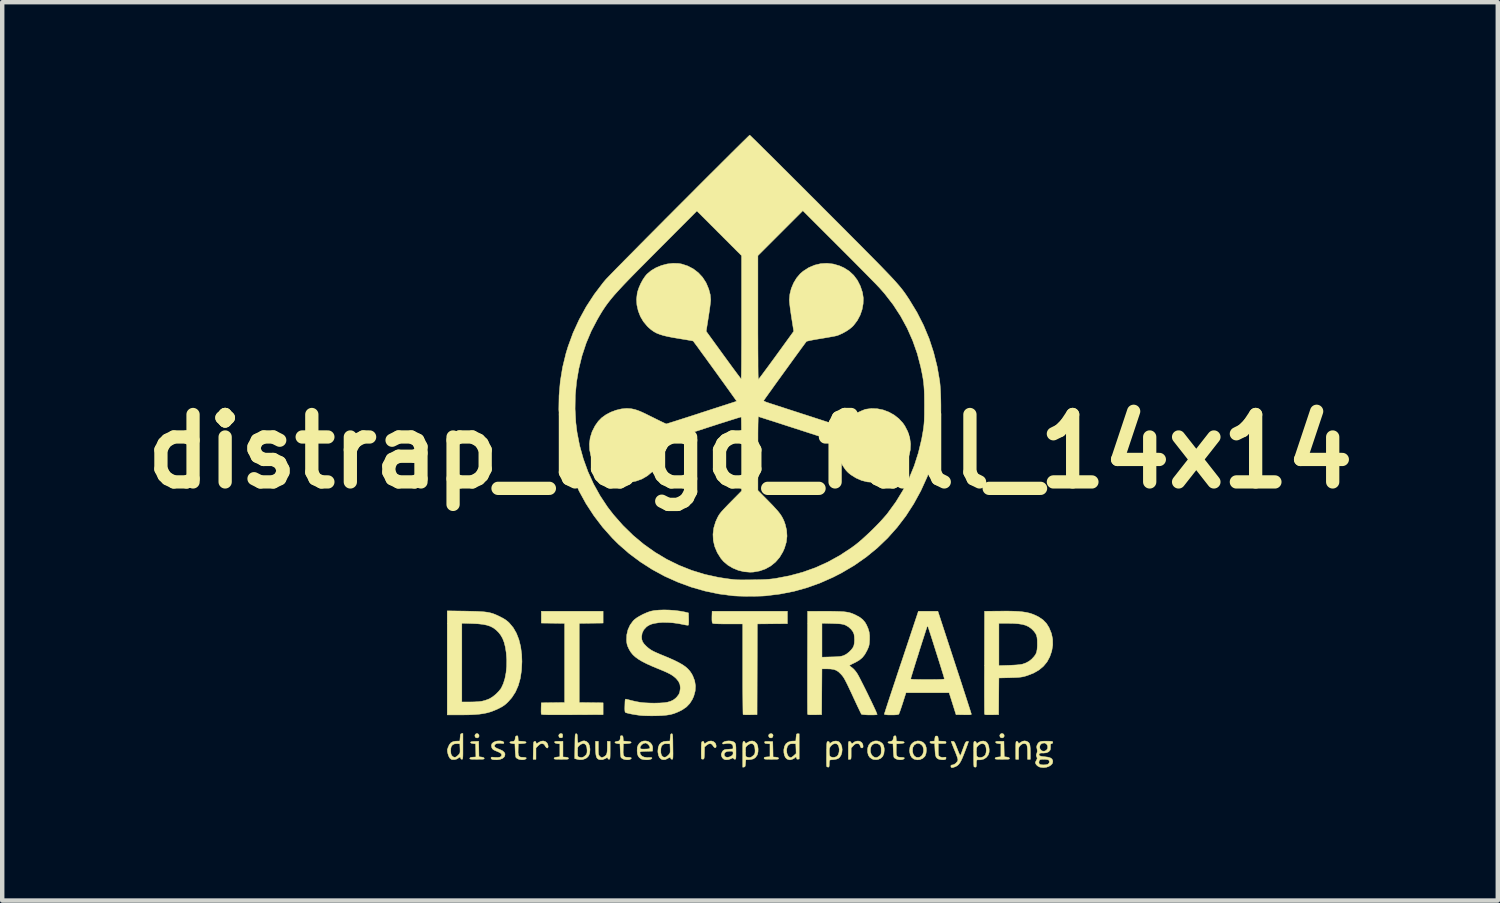
<source format=kicad_pcb>
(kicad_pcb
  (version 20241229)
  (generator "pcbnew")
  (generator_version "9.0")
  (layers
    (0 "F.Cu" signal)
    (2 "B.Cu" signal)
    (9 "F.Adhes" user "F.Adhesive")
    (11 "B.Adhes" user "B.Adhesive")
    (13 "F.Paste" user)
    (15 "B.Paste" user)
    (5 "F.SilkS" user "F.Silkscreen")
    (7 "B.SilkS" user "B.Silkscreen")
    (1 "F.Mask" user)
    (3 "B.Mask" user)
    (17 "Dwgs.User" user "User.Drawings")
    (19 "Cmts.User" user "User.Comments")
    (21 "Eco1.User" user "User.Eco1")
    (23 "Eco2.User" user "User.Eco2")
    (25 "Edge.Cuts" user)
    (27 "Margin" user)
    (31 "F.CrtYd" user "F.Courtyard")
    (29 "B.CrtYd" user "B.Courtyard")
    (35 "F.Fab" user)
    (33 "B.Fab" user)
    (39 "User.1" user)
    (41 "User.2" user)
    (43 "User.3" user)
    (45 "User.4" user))
  (footprint "distrap_logo_full_14x14"
    (layer "F.Cu")
    (at 13.905 7.155)
    (property "Reference" "distrap_logo_full_14x14" (at 0 0 0) (layer "F.SilkS") (effects (font (size 1.524 1.524) (thickness 0.3))))
    (attr through_hole)
    (fp_poly (pts (xy -6.15 6.383) (xy -6.128 6.408) (xy -6.125 6.438) (xy -6.138 6.463) (xy -6.165 6.477) (xy -6.172 6.477) (xy -6.199 6.468) (xy -6.21 6.459) (xy -6.221 6.43) (xy -6.214 6.403) (xy -6.194 6.382) (xy -6.168 6.377) (xy -6.15 6.383)) (stroke (width 0.01) (type solid)) (fill yes) (layer "F.SilkS"))
    (fp_poly (pts (xy -4.27 6.378) (xy -4.246 6.384) (xy -4.237 6.4) (xy -4.235 6.426) (xy -4.238 6.457) (xy -4.25 6.47) (xy -4.27 6.475) (xy -4.302 6.47) (xy -4.318 6.452) (xy -4.325 6.418) (xy -4.312 6.391) (xy -4.283 6.378) (xy -4.27 6.378)) (stroke (width 0.01) (type solid)) (fill yes) (layer "F.SilkS"))
    (fp_poly (pts (xy 0.489 6.381) (xy 0.513 6.393) (xy 0.521 6.419) (xy 0.521 6.425) (xy 0.511 6.458) (xy 0.487 6.476) (xy 0.456 6.475) (xy 0.434 6.462) (xy 0.419 6.433) (xy 0.424 6.405) (xy 0.445 6.385) (xy 0.477 6.379) (xy 0.489 6.381)) (stroke (width 0.01) (type solid)) (fill yes) (layer "F.SilkS"))
    (fp_poly (pts (xy 5.727 6.386) (xy 5.74 6.401) (xy 5.747 6.434) (xy 5.733 6.462) (xy 5.704 6.476) (xy 5.696 6.477) (xy 5.665 6.467) (xy 5.652 6.452) (xy 5.645 6.418) (xy 5.659 6.39) (xy 5.688 6.376) (xy 5.696 6.375) (xy 5.727 6.386)) (stroke (width 0.01) (type solid)) (fill yes) (layer "F.SilkS"))
    (fp_poly (pts (xy -3.321 3.88) (xy -3.591 3.883) (xy -3.861 3.887) (xy -3.861 5.676) (xy -3.321 5.683) (xy -3.321 5.95) (xy -4.017 5.953) (xy -4.171 5.954) (xy -4.303 5.954) (xy -4.412 5.954) (xy -4.501 5.954) (xy -4.572 5.953) (xy -4.627 5.951) (xy -4.667 5.95) (xy -4.695 5.947) (xy -4.711 5.944) (xy -4.718 5.941) (xy -4.719 5.94) (xy -4.721 5.92) (xy -4.723 5.882) (xy -4.722 5.831) (xy -4.722 5.803) (xy -4.718 5.683) (xy -4.191 5.676) (xy -4.191 3.887) (xy -4.455 3.883) (xy -4.718 3.88) (xy -4.718 3.613) (xy -3.321 3.613) (xy -3.321 3.88)) (stroke (width 0.01) (type solid)) (fill yes) (layer "F.SilkS"))
    (fp_poly (pts (xy -4.229 6.907) (xy -4.169 6.911) (xy -4.129 6.916) (xy -4.109 6.927) (xy -4.104 6.937) (xy -4.105 6.946) (xy -4.112 6.953) (xy -4.131 6.957) (xy -4.165 6.959) (xy -4.217 6.959) (xy -4.267 6.96) (xy -4.335 6.959) (xy -4.382 6.958) (xy -4.41 6.956) (xy -4.425 6.951) (xy -4.43 6.944) (xy -4.43 6.937) (xy -4.42 6.922) (xy -4.392 6.913) (xy -4.362 6.909) (xy -4.299 6.902) (xy -4.299 6.61) (xy -4.356 6.604) (xy -4.396 6.596) (xy -4.415 6.583) (xy -4.417 6.575) (xy -4.417 6.564) (xy -4.406 6.557) (xy -4.381 6.554) (xy -4.336 6.553) (xy -4.325 6.553) (xy -4.229 6.553) (xy -4.229 6.907)) (stroke (width 0.01) (type solid)) (fill yes) (layer "F.SilkS"))
    (fp_poly (pts (xy -6.131 6.727) (xy -6.128 6.902) (xy -6.071 6.909) (xy -6.031 6.917) (xy -6.012 6.93) (xy -6.009 6.937) (xy -6.01 6.946) (xy -6.017 6.953) (xy -6.036 6.957) (xy -6.07 6.959) (xy -6.122 6.959) (xy -6.172 6.96) (xy -6.24 6.959) (xy -6.287 6.958) (xy -6.315 6.956) (xy -6.33 6.951) (xy -6.335 6.944) (xy -6.335 6.937) (xy -6.326 6.923) (xy -6.303 6.915) (xy -6.264 6.911) (xy -6.197 6.907) (xy -6.2 6.759) (xy -6.204 6.61) (xy -6.261 6.604) (xy -6.301 6.596) (xy -6.317 6.583) (xy -6.318 6.579) (xy -6.312 6.568) (xy -6.292 6.561) (xy -6.253 6.557) (xy -6.227 6.556) (xy -6.135 6.552) (xy -6.131 6.727)) (stroke (width 0.01) (type solid)) (fill yes) (layer "F.SilkS"))
    (fp_poly (pts (xy 5.743 6.728) (xy 5.747 6.902) (xy 5.804 6.909) (xy 5.843 6.917) (xy 5.862 6.93) (xy 5.865 6.937) (xy 5.865 6.946) (xy 5.857 6.953) (xy 5.839 6.957) (xy 5.805 6.959) (xy 5.753 6.959) (xy 5.702 6.96) (xy 5.634 6.959) (xy 5.588 6.958) (xy 5.559 6.956) (xy 5.544 6.951) (xy 5.539 6.944) (xy 5.54 6.937) (xy 5.55 6.922) (xy 5.577 6.913) (xy 5.607 6.909) (xy 5.671 6.902) (xy 5.671 6.61) (xy 5.614 6.604) (xy 5.574 6.596) (xy 5.555 6.583) (xy 5.552 6.575) (xy 5.553 6.564) (xy 5.564 6.557) (xy 5.589 6.554) (xy 5.634 6.553) (xy 5.644 6.553) (xy 5.74 6.553) (xy 5.743 6.728)) (stroke (width 0.01) (type solid)) (fill yes) (layer "F.SilkS"))
    (fp_poly (pts (xy 0.407 6.555) (xy 0.422 6.556) (xy 0.514 6.56) (xy 0.518 6.733) (xy 0.521 6.907) (xy 0.581 6.911) (xy 0.621 6.917) (xy 0.641 6.927) (xy 0.645 6.937) (xy 0.645 6.946) (xy 0.637 6.953) (xy 0.619 6.957) (xy 0.585 6.959) (xy 0.533 6.959) (xy 0.484 6.96) (xy 0.416 6.959) (xy 0.37 6.958) (xy 0.341 6.956) (xy 0.325 6.951) (xy 0.319 6.944) (xy 0.318 6.935) (xy 0.321 6.92) (xy 0.337 6.912) (xy 0.37 6.907) (xy 0.384 6.906) (xy 0.451 6.902) (xy 0.451 6.61) (xy 0.391 6.606) (xy 0.353 6.602) (xy 0.335 6.594) (xy 0.33 6.579) (xy 0.33 6.577) (xy 0.332 6.564) (xy 0.342 6.557) (xy 0.365 6.555) (xy 0.407 6.555)) (stroke (width 0.01) (type solid)) (fill yes) (layer "F.SilkS"))
    (fp_poly (pts (xy 0.845 3.893) (xy 0.165 3.899) (xy 0.159 5.95) (xy 0.006 5.953) (xy -0.054 5.954) (xy -0.105 5.953) (xy -0.141 5.951) (xy -0.156 5.948) (xy -0.156 5.948) (xy -0.158 5.934) (xy -0.159 5.897) (xy -0.16 5.838) (xy -0.161 5.76) (xy -0.162 5.664) (xy -0.163 5.552) (xy -0.164 5.426) (xy -0.165 5.288) (xy -0.165 5.14) (xy -0.165 4.984) (xy -0.165 4.919) (xy -0.165 3.899) (xy -0.5 3.899) (xy -0.605 3.899) (xy -0.687 3.898) (xy -0.749 3.896) (xy -0.793 3.894) (xy -0.823 3.891) (xy -0.841 3.886) (xy -0.85 3.881) (xy -0.857 3.857) (xy -0.861 3.81) (xy -0.861 3.741) (xy -0.861 3.738) (xy -0.857 3.613) (xy 0.845 3.613) (xy 0.845 3.893)) (stroke (width 0.01) (type solid)) (fill yes) (layer "F.SilkS"))
    (fp_poly (pts (xy -4.629 6.557) (xy -4.591 6.588) (xy -4.572 6.623) (xy -4.563 6.668) (xy -4.569 6.696) (xy -4.584 6.706) (xy -4.605 6.695) (xy -4.629 6.662) (xy -4.631 6.658) (xy -4.651 6.625) (xy -4.675 6.61) (xy -4.696 6.606) (xy -4.725 6.607) (xy -4.751 6.619) (xy -4.783 6.647) (xy -4.789 6.652) (xy -4.839 6.703) (xy -4.839 6.96) (xy -4.903 6.96) (xy -4.899 6.76) (xy -4.898 6.684) (xy -4.896 6.631) (xy -4.894 6.595) (xy -4.89 6.573) (xy -4.884 6.562) (xy -4.876 6.557) (xy -4.867 6.555) (xy -4.845 6.558) (xy -4.839 6.577) (xy -4.839 6.578) (xy -4.833 6.6) (xy -4.814 6.601) (xy -4.781 6.58) (xy -4.779 6.579) (xy -4.728 6.552) (xy -4.676 6.545) (xy -4.629 6.557)) (stroke (width 0.01) (type solid)) (fill yes) (layer "F.SilkS"))
    (fp_poly (pts (xy 2.467 6.549) (xy 2.481 6.553) (xy 2.524 6.578) (xy 2.549 6.621) (xy 2.556 6.661) (xy 2.554 6.689) (xy 2.54 6.701) (xy 2.532 6.703) (xy 2.51 6.699) (xy 2.497 6.676) (xy 2.496 6.671) (xy 2.48 6.63) (xy 2.456 6.61) (xy 2.419 6.604) (xy 2.388 6.609) (xy 2.359 6.628) (xy 2.332 6.655) (xy 2.286 6.706) (xy 2.286 6.833) (xy 2.286 6.89) (xy 2.284 6.927) (xy 2.281 6.948) (xy 2.274 6.957) (xy 2.262 6.96) (xy 2.254 6.96) (xy 2.223 6.96) (xy 2.223 6.756) (xy 2.223 6.68) (xy 2.223 6.626) (xy 2.225 6.59) (xy 2.228 6.568) (xy 2.234 6.558) (xy 2.241 6.554) (xy 2.249 6.553) (xy 2.274 6.564) (xy 2.282 6.579) (xy 2.297 6.601) (xy 2.319 6.6) (xy 2.336 6.586) (xy 2.371 6.561) (xy 2.418 6.548) (xy 2.467 6.549)) (stroke (width 0.01) (type solid)) (fill yes) (layer "F.SilkS"))
    (fp_poly (pts (xy -3.429 6.706) (xy -3.429 6.771) (xy -3.427 6.816) (xy -3.424 6.846) (xy -3.417 6.865) (xy -3.407 6.88) (xy -3.398 6.89) (xy -3.37 6.914) (xy -3.346 6.92) (xy -3.315 6.909) (xy -3.303 6.903) (xy -3.271 6.883) (xy -3.249 6.857) (xy -3.235 6.821) (xy -3.228 6.771) (xy -3.226 6.701) (xy -3.226 6.687) (xy -3.226 6.553) (xy -3.162 6.553) (xy -3.162 6.756) (xy -3.162 6.832) (xy -3.163 6.887) (xy -3.165 6.923) (xy -3.168 6.944) (xy -3.174 6.955) (xy -3.181 6.959) (xy -3.188 6.96) (xy -3.208 6.952) (xy -3.213 6.941) (xy -3.218 6.925) (xy -3.236 6.925) (xy -3.27 6.941) (xy -3.279 6.947) (xy -3.338 6.969) (xy -3.401 6.967) (xy -3.426 6.959) (xy -3.452 6.941) (xy -3.471 6.91) (xy -3.483 6.862) (xy -3.49 6.795) (xy -3.493 6.706) (xy -3.493 6.553) (xy -3.429 6.553) (xy -3.429 6.706)) (stroke (width 0.01) (type solid)) (fill yes) (layer "F.SilkS"))
    (fp_poly (pts (xy 6.257 6.553) (xy 6.298 6.579) (xy 6.32 6.612) (xy 6.329 6.652) (xy 6.335 6.716) (xy 6.337 6.804) (xy 6.337 6.807) (xy 6.337 6.96) (xy 6.274 6.96) (xy 6.274 6.81) (xy 6.272 6.732) (xy 6.267 6.676) (xy 6.258 6.639) (xy 6.241 6.616) (xy 6.218 6.606) (xy 6.193 6.604) (xy 6.155 6.612) (xy 6.119 6.638) (xy 6.111 6.646) (xy 6.093 6.665) (xy 6.082 6.682) (xy 6.075 6.704) (xy 6.072 6.735) (xy 6.071 6.782) (xy 6.071 6.824) (xy 6.071 6.96) (xy 6.007 6.96) (xy 6.007 6.756) (xy 6.007 6.68) (xy 6.008 6.626) (xy 6.01 6.59) (xy 6.013 6.568) (xy 6.018 6.557) (xy 6.026 6.554) (xy 6.032 6.553) (xy 6.053 6.561) (xy 6.058 6.572) (xy 6.066 6.594) (xy 6.086 6.597) (xy 6.113 6.58) (xy 6.113 6.58) (xy 6.159 6.552) (xy 6.209 6.543) (xy 6.257 6.553)) (stroke (width 0.01) (type solid)) (fill yes) (layer "F.SilkS"))
    (fp_poly (pts (xy -0.831 6.557) (xy -0.792 6.587) (xy -0.775 6.615) (xy -0.765 6.657) (xy -0.769 6.686) (xy -0.784 6.699) (xy -0.805 6.693) (xy -0.829 6.666) (xy -0.835 6.655) (xy -0.864 6.618) (xy -0.9 6.604) (xy -0.943 6.615) (xy -0.983 6.642) (xy -1.028 6.682) (xy -1.031 6.818) (xy -1.033 6.878) (xy -1.036 6.917) (xy -1.04 6.94) (xy -1.047 6.952) (xy -1.058 6.956) (xy -1.064 6.957) (xy -1.089 6.954) (xy -1.099 6.944) (xy -1.101 6.926) (xy -1.102 6.887) (xy -1.103 6.833) (xy -1.103 6.769) (xy -1.102 6.743) (xy -1.101 6.671) (xy -1.099 6.621) (xy -1.096 6.589) (xy -1.092 6.57) (xy -1.085 6.56) (xy -1.075 6.556) (xy -1.07 6.555) (xy -1.048 6.558) (xy -1.041 6.577) (xy -1.041 6.578) (xy -1.035 6.6) (xy -1.016 6.601) (xy -0.984 6.58) (xy -0.982 6.579) (xy -0.932 6.552) (xy -0.879 6.545) (xy -0.831 6.557)) (stroke (width 0.01) (type solid)) (fill yes) (layer "F.SilkS"))
    (fp_poly (pts (xy 3.852 6.549) (xy 3.909 6.575) (xy 3.955 6.623) (xy 3.966 6.643) (xy 3.983 6.696) (xy 3.987 6.759) (xy 3.979 6.824) (xy 3.96 6.879) (xy 3.951 6.895) (xy 3.905 6.938) (xy 3.846 6.965) (xy 3.781 6.972) (xy 3.715 6.958) (xy 3.698 6.951) (xy 3.654 6.915) (xy 3.623 6.861) (xy 3.608 6.792) (xy 3.607 6.763) (xy 3.608 6.755) (xy 3.672 6.755) (xy 3.673 6.777) (xy 3.687 6.84) (xy 3.716 6.886) (xy 3.756 6.913) (xy 3.806 6.918) (xy 3.841 6.909) (xy 3.879 6.882) (xy 3.907 6.838) (xy 3.921 6.784) (xy 3.922 6.726) (xy 3.907 6.671) (xy 3.904 6.666) (xy 3.878 6.634) (xy 3.841 6.609) (xy 3.841 6.609) (xy 3.807 6.598) (xy 3.779 6.6) (xy 3.754 6.609) (xy 3.708 6.641) (xy 3.681 6.69) (xy 3.672 6.755) (xy 3.608 6.755) (xy 3.616 6.684) (xy 3.643 6.623) (xy 3.689 6.579) (xy 3.717 6.563) (xy 3.787 6.544) (xy 3.852 6.549)) (stroke (width 0.01) (type solid)) (fill yes) (layer "F.SilkS"))
    (fp_poly (pts (xy 2.941 6.565) (xy 2.988 6.597) (xy 3.019 6.645) (xy 3.033 6.71) (xy 3.035 6.752) (xy 3.026 6.832) (xy 2.999 6.894) (xy 2.955 6.938) (xy 2.894 6.963) (xy 2.862 6.968) (xy 2.8 6.966) (xy 2.757 6.951) (xy 2.707 6.915) (xy 2.675 6.868) (xy 2.659 6.804) (xy 2.657 6.783) (xy 2.659 6.735) (xy 2.72 6.735) (xy 2.723 6.795) (xy 2.742 6.849) (xy 2.774 6.89) (xy 2.818 6.916) (xy 2.854 6.921) (xy 2.881 6.913) (xy 2.914 6.893) (xy 2.924 6.884) (xy 2.946 6.863) (xy 2.958 6.843) (xy 2.964 6.816) (xy 2.965 6.775) (xy 2.965 6.758) (xy 2.964 6.708) (xy 2.959 6.676) (xy 2.948 6.653) (xy 2.936 6.638) (xy 2.893 6.608) (xy 2.844 6.599) (xy 2.797 6.61) (xy 2.757 6.64) (xy 2.736 6.673) (xy 2.72 6.735) (xy 2.659 6.735) (xy 2.661 6.703) (xy 2.684 6.638) (xy 2.726 6.588) (xy 2.761 6.567) (xy 2.822 6.545) (xy 2.88 6.545) (xy 2.941 6.565)) (stroke (width 0.01) (type solid)) (fill yes) (layer "F.SilkS"))
    (fp_poly (pts (xy -5.599 6.552) (xy -5.571 6.568) (xy -5.563 6.586) (xy -5.566 6.598) (xy -5.58 6.603) (xy -5.61 6.602) (xy -5.636 6.599) (xy -5.699 6.598) (xy -5.745 6.61) (xy -5.771 6.633) (xy -5.776 6.646) (xy -5.775 6.67) (xy -5.758 6.691) (xy -5.724 6.711) (xy -5.669 6.733) (xy -5.601 6.763) (xy -5.558 6.799) (xy -5.538 6.838) (xy -5.544 6.881) (xy -5.558 6.907) (xy -5.595 6.94) (xy -5.65 6.961) (xy -5.719 6.971) (xy -5.796 6.968) (xy -5.826 6.963) (xy -5.85 6.949) (xy -5.855 6.932) (xy -5.853 6.919) (xy -5.843 6.912) (xy -5.821 6.911) (xy -5.78 6.915) (xy -5.772 6.916) (xy -5.701 6.918) (xy -5.651 6.91) (xy -5.622 6.89) (xy -5.616 6.86) (xy -5.62 6.841) (xy -5.632 6.826) (xy -5.655 6.81) (xy -5.694 6.791) (xy -5.752 6.767) (xy -5.796 6.746) (xy -5.823 6.723) (xy -5.837 6.698) (xy -5.847 6.648) (xy -5.834 6.606) (xy -5.799 6.574) (xy -5.744 6.552) (xy -5.7 6.545) (xy -5.644 6.544) (xy -5.599 6.552)) (stroke (width 0.01) (type solid)) (fill yes) (layer "F.SilkS"))
    (fp_poly (pts (xy -5.257 6.429) (xy -5.248 6.44) (xy -5.244 6.469) (xy -5.243 6.486) (xy -5.239 6.547) (xy -5.15 6.553) (xy -5.101 6.558) (xy -5.073 6.565) (xy -5.062 6.575) (xy -5.061 6.579) (xy -5.067 6.59) (xy -5.09 6.597) (xy -5.132 6.603) (xy -5.15 6.604) (xy -5.239 6.61) (xy -5.242 6.738) (xy -5.243 6.809) (xy -5.237 6.858) (xy -5.223 6.889) (xy -5.198 6.907) (xy -5.161 6.914) (xy -5.131 6.915) (xy -5.083 6.918) (xy -5.059 6.927) (xy -5.06 6.942) (xy -5.073 6.954) (xy -5.108 6.968) (xy -5.156 6.971) (xy -5.208 6.965) (xy -5.24 6.954) (xy -5.271 6.937) (xy -5.291 6.92) (xy -5.291 6.92) (xy -5.296 6.901) (xy -5.301 6.862) (xy -5.306 6.81) (xy -5.309 6.756) (xy -5.315 6.61) (xy -5.372 6.604) (xy -5.413 6.595) (xy -5.431 6.582) (xy -5.425 6.568) (xy -5.396 6.558) (xy -5.375 6.556) (xy -5.344 6.552) (xy -5.325 6.541) (xy -5.314 6.519) (xy -5.307 6.479) (xy -5.306 6.464) (xy -5.294 6.437) (xy -5.274 6.429) (xy -5.257 6.429)) (stroke (width 0.01) (type solid)) (fill yes) (layer "F.SilkS"))
    (fp_poly (pts (xy 3.29 6.429) (xy 3.299 6.44) (xy 3.303 6.469) (xy 3.304 6.486) (xy 3.308 6.547) (xy 3.397 6.553) (xy 3.447 6.558) (xy 3.475 6.565) (xy 3.486 6.575) (xy 3.486 6.579) (xy 3.48 6.59) (xy 3.457 6.597) (xy 3.415 6.603) (xy 3.397 6.604) (xy 3.308 6.61) (xy 3.305 6.738) (xy 3.305 6.809) (xy 3.31 6.858) (xy 3.324 6.889) (xy 3.349 6.907) (xy 3.386 6.914) (xy 3.416 6.915) (xy 3.464 6.918) (xy 3.488 6.927) (xy 3.487 6.942) (xy 3.474 6.954) (xy 3.439 6.968) (xy 3.391 6.971) (xy 3.339 6.965) (xy 3.307 6.954) (xy 3.276 6.937) (xy 3.256 6.92) (xy 3.256 6.92) (xy 3.251 6.901) (xy 3.246 6.862) (xy 3.242 6.81) (xy 3.239 6.756) (xy 3.232 6.61) (xy 3.175 6.604) (xy 3.136 6.595) (xy 3.117 6.582) (xy 3.121 6.568) (xy 3.147 6.558) (xy 3.165 6.556) (xy 3.205 6.547) (xy 3.228 6.527) (xy 3.239 6.49) (xy 3.241 6.477) (xy 3.248 6.445) (xy 3.264 6.431) (xy 3.273 6.429) (xy 3.29 6.429)) (stroke (width 0.01) (type solid)) (fill yes) (layer "F.SilkS"))
    (fp_poly (pts (xy -2.884 6.429) (xy -2.874 6.441) (xy -2.869 6.47) (xy -2.868 6.487) (xy -2.864 6.547) (xy -2.775 6.553) (xy -2.726 6.558) (xy -2.698 6.565) (xy -2.687 6.575) (xy -2.686 6.579) (xy -2.693 6.59) (xy -2.715 6.597) (xy -2.757 6.603) (xy -2.775 6.604) (xy -2.864 6.61) (xy -2.867 6.738) (xy -2.868 6.809) (xy -2.862 6.858) (xy -2.848 6.889) (xy -2.824 6.907) (xy -2.786 6.914) (xy -2.756 6.915) (xy -2.708 6.918) (xy -2.685 6.927) (xy -2.685 6.942) (xy -2.698 6.954) (xy -2.733 6.968) (xy -2.781 6.971) (xy -2.833 6.965) (xy -2.866 6.954) (xy -2.896 6.937) (xy -2.916 6.92) (xy -2.916 6.92) (xy -2.921 6.901) (xy -2.926 6.862) (xy -2.931 6.81) (xy -2.934 6.756) (xy -2.94 6.61) (xy -2.997 6.604) (xy -3.036 6.595) (xy -3.055 6.582) (xy -3.052 6.568) (xy -3.026 6.558) (xy -3.01 6.555) (xy -2.966 6.546) (xy -2.943 6.526) (xy -2.934 6.49) (xy -2.934 6.475) (xy -2.932 6.443) (xy -2.923 6.429) (xy -2.903 6.426) (xy -2.903 6.426) (xy -2.884 6.429)) (stroke (width 0.01) (type solid)) (fill yes) (layer "F.SilkS"))
    (fp_poly (pts (xy 1.111 6.953) (xy 1.083 6.957) (xy 1.06 6.955) (xy 1.054 6.935) (xy 1.054 6.935) (xy 1.046 6.914) (xy 1.035 6.909) (xy 1.018 6.915) (xy 1.016 6.92) (xy 1.005 6.933) (xy 0.978 6.949) (xy 0.944 6.963) (xy 0.911 6.971) (xy 0.9 6.972) (xy 0.866 6.965) (xy 0.836 6.953) (xy 0.802 6.921) (xy 0.778 6.87) (xy 0.765 6.806) (xy 0.765 6.788) (xy 0.828 6.788) (xy 0.84 6.841) (xy 0.862 6.885) (xy 0.894 6.913) (xy 0.924 6.921) (xy 0.942 6.913) (xy 0.97 6.893) (xy 0.991 6.875) (xy 1.042 6.829) (xy 1.039 6.72) (xy 1.035 6.61) (xy 0.975 6.606) (xy 0.918 6.609) (xy 0.878 6.626) (xy 0.85 6.66) (xy 0.843 6.674) (xy 0.829 6.731) (xy 0.828 6.788) (xy 0.765 6.788) (xy 0.764 6.744) (xy 0.779 6.668) (xy 0.811 6.61) (xy 0.861 6.571) (xy 0.927 6.551) (xy 0.96 6.548) (xy 1.035 6.546) (xy 1.041 6.464) (xy 1.046 6.42) (xy 1.051 6.395) (xy 1.06 6.384) (xy 1.076 6.382) (xy 1.079 6.382) (xy 1.111 6.382) (xy 1.111 6.953)) (stroke (width 0.01) (type solid)) (fill yes) (layer "F.SilkS"))
    (fp_poly (pts (xy 4.236 6.435) (xy 4.247 6.449) (xy 4.253 6.479) (xy 4.255 6.49) (xy 4.261 6.547) (xy 4.347 6.551) (xy 4.392 6.553) (xy 4.418 6.558) (xy 4.43 6.567) (xy 4.432 6.579) (xy 4.43 6.592) (xy 4.419 6.6) (xy 4.393 6.603) (xy 4.348 6.604) (xy 4.343 6.604) (xy 4.255 6.604) (xy 4.255 6.734) (xy 4.256 6.79) (xy 4.258 6.837) (xy 4.261 6.869) (xy 4.264 6.878) (xy 4.296 6.904) (xy 4.342 6.917) (xy 4.382 6.915) (xy 4.415 6.911) (xy 4.429 6.916) (xy 4.432 6.931) (xy 4.432 6.932) (xy 4.423 6.956) (xy 4.412 6.965) (xy 4.372 6.971) (xy 4.321 6.969) (xy 4.272 6.959) (xy 4.259 6.954) (xy 4.23 6.937) (xy 4.209 6.914) (xy 4.196 6.88) (xy 4.187 6.831) (xy 4.182 6.762) (xy 4.181 6.741) (xy 4.175 6.605) (xy 4.123 6.601) (xy 4.085 6.595) (xy 4.068 6.581) (xy 4.067 6.576) (xy 4.069 6.562) (xy 4.088 6.554) (xy 4.117 6.551) (xy 4.172 6.547) (xy 4.178 6.49) (xy 4.184 6.454) (xy 4.193 6.437) (xy 4.21 6.433) (xy 4.216 6.433) (xy 4.236 6.435)) (stroke (width 0.01) (type solid)) (fill yes) (layer "F.SilkS"))
    (fp_poly (pts (xy -2.3 6.558) (xy -2.255 6.585) (xy -2.22 6.626) (xy -2.201 6.678) (xy -2.2 6.718) (xy -2.203 6.775) (xy -2.346 6.779) (xy -2.412 6.781) (xy -2.455 6.785) (xy -2.48 6.792) (xy -2.489 6.804) (xy -2.486 6.824) (xy -2.475 6.85) (xy -2.445 6.887) (xy -2.395 6.91) (xy -2.328 6.92) (xy -2.294 6.919) (xy -2.25 6.918) (xy -2.226 6.921) (xy -2.217 6.93) (xy -2.216 6.934) (xy -2.228 6.95) (xy -2.258 6.962) (xy -2.301 6.97) (xy -2.351 6.971) (xy -2.401 6.967) (xy -2.446 6.957) (xy -2.464 6.95) (xy -2.503 6.921) (xy -2.53 6.883) (xy -2.546 6.834) (xy -2.552 6.771) (xy -2.549 6.708) (xy -2.546 6.696) (xy -2.485 6.696) (xy -2.482 6.715) (xy -2.463 6.725) (xy -2.425 6.729) (xy -2.371 6.728) (xy -2.319 6.726) (xy -2.288 6.722) (xy -2.272 6.716) (xy -2.265 6.705) (xy -2.263 6.696) (xy -2.27 6.667) (xy -2.292 6.635) (xy -2.322 6.607) (xy -2.354 6.592) (xy -2.362 6.591) (xy -2.409 6.602) (xy -2.45 6.63) (xy -2.476 6.666) (xy -2.485 6.696) (xy -2.546 6.696) (xy -2.537 6.654) (xy -2.535 6.65) (xy -2.502 6.598) (xy -2.458 6.564) (xy -2.406 6.546) (xy -2.352 6.545) (xy -2.3 6.558)) (stroke (width 0.01) (type solid)) (fill yes) (layer "F.SilkS"))
    (fp_poly (pts (xy -6.49 6.667) (xy -6.49 6.76) (xy -6.49 6.831) (xy -6.491 6.883) (xy -6.493 6.919) (xy -6.496 6.941) (xy -6.5 6.953) (xy -6.506 6.959) (xy -6.514 6.96) (xy -6.515 6.96) (xy -6.536 6.951) (xy -6.54 6.934) (xy -6.547 6.913) (xy -6.567 6.912) (xy -6.596 6.933) (xy -6.599 6.935) (xy -6.636 6.956) (xy -6.684 6.967) (xy -6.732 6.966) (xy -6.751 6.961) (xy -6.786 6.934) (xy -6.814 6.884) (xy -6.832 6.825) (xy -6.841 6.781) (xy -6.841 6.746) (xy -6.838 6.735) (xy -6.767 6.735) (xy -6.766 6.786) (xy -6.761 6.832) (xy -6.751 6.862) (xy -6.733 6.885) (xy -6.726 6.892) (xy -6.693 6.913) (xy -6.66 6.913) (xy -6.625 6.892) (xy -6.594 6.863) (xy -6.573 6.84) (xy -6.561 6.821) (xy -6.556 6.797) (xy -6.555 6.761) (xy -6.556 6.715) (xy -6.56 6.61) (xy -6.619 6.606) (xy -6.681 6.611) (xy -6.726 6.633) (xy -6.755 6.674) (xy -6.767 6.735) (xy -6.838 6.735) (xy -6.83 6.705) (xy -6.828 6.698) (xy -6.799 6.632) (xy -6.762 6.587) (xy -6.713 6.56) (xy -6.649 6.549) (xy -6.633 6.549) (xy -6.56 6.547) (xy -6.553 6.464) (xy -6.549 6.419) (xy -6.543 6.394) (xy -6.533 6.382) (xy -6.518 6.378) (xy -6.49 6.374) (xy -6.49 6.667)) (stroke (width 0.01) (type solid)) (fill yes) (layer "F.SilkS"))
    (fp_poly (pts (xy 0.104 6.561) (xy 0.146 6.599) (xy 0.157 6.615) (xy 0.175 6.664) (xy 0.183 6.726) (xy 0.181 6.79) (xy 0.169 6.847) (xy 0.158 6.87) (xy 0.121 6.92) (xy 0.077 6.95) (xy 0.019 6.964) (xy -0.016 6.967) (xy -0.095 6.969) (xy -0.102 7.05) (xy -0.106 7.094) (xy -0.112 7.12) (xy -0.123 7.131) (xy -0.137 7.135) (xy -0.165 7.139) (xy -0.165 6.846) (xy -0.165 6.79) (xy -0.102 6.79) (xy -0.102 6.79) (xy -0.101 6.842) (xy -0.099 6.875) (xy -0.093 6.894) (xy -0.082 6.904) (xy -0.073 6.908) (xy -0.019 6.921) (xy 0.029 6.91) (xy 0.071 6.878) (xy 0.095 6.853) (xy 0.108 6.829) (xy 0.113 6.799) (xy 0.114 6.753) (xy 0.114 6.753) (xy 0.107 6.685) (xy 0.088 6.637) (xy 0.058 6.609) (xy 0.019 6.603) (xy -0.026 6.621) (xy -0.057 6.643) (xy -0.079 6.663) (xy -0.092 6.681) (xy -0.099 6.703) (xy -0.101 6.737) (xy -0.102 6.79) (xy -0.165 6.79) (xy -0.165 6.753) (xy -0.165 6.682) (xy -0.164 6.63) (xy -0.162 6.594) (xy -0.159 6.572) (xy -0.154 6.559) (xy -0.148 6.554) (xy -0.14 6.553) (xy -0.14 6.553) (xy -0.119 6.561) (xy -0.114 6.572) (xy -0.107 6.594) (xy -0.086 6.596) (xy -0.056 6.58) (xy -0.002 6.551) (xy 0.053 6.545) (xy 0.104 6.561)) (stroke (width 0.01) (type solid)) (fill yes) (layer "F.SilkS"))
    (fp_poly (pts (xy 4.598 6.554) (xy 4.61 6.56) (xy 4.622 6.575) (xy 4.636 6.602) (xy 4.654 6.645) (xy 4.678 6.708) (xy 4.68 6.712) (xy 4.703 6.77) (xy 4.723 6.819) (xy 4.739 6.854) (xy 4.749 6.87) (xy 4.75 6.871) (xy 4.755 6.869) (xy 4.761 6.861) (xy 4.769 6.844) (xy 4.78 6.815) (xy 4.797 6.77) (xy 4.82 6.707) (xy 4.837 6.661) (xy 4.856 6.611) (xy 4.871 6.58) (xy 4.885 6.563) (xy 4.901 6.557) (xy 4.907 6.556) (xy 4.931 6.555) (xy 4.94 6.559) (xy 4.936 6.573) (xy 4.924 6.606) (xy 4.906 6.655) (xy 4.884 6.714) (xy 4.87 6.751) (xy 4.831 6.852) (xy 4.799 6.931) (xy 4.77 6.993) (xy 4.744 7.039) (xy 4.718 7.073) (xy 4.691 7.099) (xy 4.66 7.118) (xy 4.633 7.13) (xy 4.588 7.146) (xy 4.56 7.148) (xy 4.544 7.136) (xy 4.542 7.13) (xy 4.54 7.103) (xy 4.559 7.088) (xy 4.577 7.087) (xy 4.614 7.076) (xy 4.653 7.049) (xy 4.685 7.011) (xy 4.692 7) (xy 4.697 6.986) (xy 4.699 6.97) (xy 4.696 6.949) (xy 4.687 6.918) (xy 4.672 6.874) (xy 4.648 6.812) (xy 4.628 6.763) (xy 4.601 6.697) (xy 4.578 6.639) (xy 4.561 6.594) (xy 4.55 6.565) (xy 4.547 6.557) (xy 4.558 6.554) (xy 4.583 6.553) (xy 4.598 6.554)) (stroke (width 0.01) (type solid)) (fill yes) (layer "F.SilkS"))
    (fp_poly (pts (xy -3.918 6.384) (xy -3.91 6.394) (xy -3.905 6.417) (xy -3.903 6.458) (xy -3.902 6.487) (xy -3.899 6.535) (xy -3.895 6.571) (xy -3.89 6.59) (xy -3.888 6.591) (xy -3.872 6.586) (xy -3.843 6.573) (xy -3.829 6.566) (xy -3.783 6.546) (xy -3.746 6.542) (xy -3.707 6.554) (xy -3.694 6.56) (xy -3.655 6.595) (xy -3.63 6.65) (xy -3.618 6.724) (xy -3.618 6.745) (xy -3.625 6.822) (xy -3.648 6.881) (xy -3.689 6.925) (xy -3.721 6.944) (xy -3.784 6.966) (xy -3.852 6.969) (xy -3.915 6.957) (xy -3.963 6.944) (xy -3.961 6.79) (xy -3.899 6.79) (xy -3.899 6.79) (xy -3.898 6.842) (xy -3.896 6.875) (xy -3.89 6.894) (xy -3.88 6.904) (xy -3.87 6.908) (xy -3.816 6.921) (xy -3.768 6.91) (xy -3.726 6.878) (xy -3.702 6.853) (xy -3.69 6.829) (xy -3.684 6.799) (xy -3.683 6.753) (xy -3.683 6.753) (xy -3.69 6.685) (xy -3.709 6.637) (xy -3.74 6.609) (xy -3.778 6.603) (xy -3.824 6.621) (xy -3.854 6.643) (xy -3.876 6.663) (xy -3.889 6.681) (xy -3.896 6.703) (xy -3.899 6.737) (xy -3.899 6.79) (xy -3.961 6.79) (xy -3.959 6.663) (xy -3.958 6.572) (xy -3.957 6.502) (xy -3.955 6.453) (xy -3.953 6.419) (xy -3.949 6.398) (xy -3.944 6.387) (xy -3.938 6.382) (xy -3.931 6.382) (xy -3.918 6.384)) (stroke (width 0.01) (type solid)) (fill yes) (layer "F.SilkS"))
    (fp_poly (pts (xy -1.763 6.383) (xy -1.757 6.388) (xy -1.753 6.4) (xy -1.749 6.422) (xy -1.747 6.457) (xy -1.745 6.509) (xy -1.744 6.579) (xy -1.743 6.671) (xy -1.742 6.763) (xy -1.741 6.834) (xy -1.742 6.885) (xy -1.743 6.92) (xy -1.746 6.942) (xy -1.75 6.954) (xy -1.756 6.959) (xy -1.764 6.96) (xy -1.765 6.96) (xy -1.786 6.952) (xy -1.791 6.941) (xy -1.798 6.92) (xy -1.82 6.918) (xy -1.856 6.937) (xy -1.861 6.94) (xy -1.916 6.967) (xy -1.969 6.969) (xy -2.007 6.956) (xy -2.044 6.924) (xy -2.069 6.871) (xy -2.082 6.802) (xy -2.083 6.772) (xy -2.08 6.742) (xy -2.017 6.742) (xy -2.016 6.816) (xy -2.001 6.869) (xy -1.971 6.902) (xy -1.964 6.906) (xy -1.928 6.915) (xy -1.891 6.903) (xy -1.85 6.869) (xy -1.844 6.863) (xy -1.824 6.84) (xy -1.812 6.821) (xy -1.806 6.797) (xy -1.805 6.761) (xy -1.806 6.715) (xy -1.81 6.61) (xy -1.875 6.607) (xy -1.919 6.607) (xy -1.949 6.615) (xy -1.976 6.633) (xy -1.996 6.655) (xy -2.008 6.681) (xy -2.015 6.72) (xy -2.017 6.742) (xy -2.08 6.742) (xy -2.075 6.69) (xy -2.05 6.627) (xy -2.008 6.583) (xy -1.949 6.557) (xy -1.881 6.549) (xy -1.81 6.547) (xy -1.803 6.464) (xy -1.799 6.419) (xy -1.793 6.394) (xy -1.783 6.384) (xy -1.772 6.382) (xy -1.763 6.383)) (stroke (width 0.01) (type solid)) (fill yes) (layer "F.SilkS"))
    (fp_poly (pts (xy -0.433 6.547) (xy -0.409 6.552) (xy -0.375 6.564) (xy -0.351 6.579) (xy -0.334 6.602) (xy -0.324 6.637) (xy -0.319 6.687) (xy -0.318 6.758) (xy -0.318 6.791) (xy -0.318 6.859) (xy -0.319 6.906) (xy -0.321 6.936) (xy -0.326 6.952) (xy -0.333 6.958) (xy -0.342 6.96) (xy -0.365 6.951) (xy -0.373 6.94) (xy -0.381 6.93) (xy -0.396 6.93) (xy -0.425 6.943) (xy -0.431 6.947) (xy -0.49 6.967) (xy -0.547 6.97) (xy -0.591 6.958) (xy -0.628 6.924) (xy -0.647 6.879) (xy -0.647 6.853) (xy -0.584 6.853) (xy -0.574 6.888) (xy -0.547 6.909) (xy -0.508 6.915) (xy -0.463 6.906) (xy -0.417 6.882) (xy -0.391 6.858) (xy -0.383 6.831) (xy -0.383 6.815) (xy -0.387 6.793) (xy -0.395 6.781) (xy -0.416 6.776) (xy -0.455 6.776) (xy -0.459 6.776) (xy -0.521 6.783) (xy -0.562 6.803) (xy -0.582 6.836) (xy -0.584 6.853) (xy -0.647 6.853) (xy -0.646 6.83) (xy -0.624 6.782) (xy -0.618 6.774) (xy -0.6 6.756) (xy -0.579 6.744) (xy -0.548 6.737) (xy -0.5 6.733) (xy -0.488 6.732) (xy -0.387 6.725) (xy -0.384 6.686) (xy -0.389 6.644) (xy -0.416 6.615) (xy -0.462 6.602) (xy -0.527 6.602) (xy -0.568 6.609) (xy -0.603 6.614) (xy -0.619 6.611) (xy -0.622 6.599) (xy -0.611 6.578) (xy -0.58 6.561) (xy -0.536 6.549) (xy -0.485 6.544) (xy -0.433 6.547)) (stroke (width 0.01) (type solid)) (fill yes) (layer "F.SilkS"))
    (fp_poly (pts (xy 1.991 6.555) (xy 2.02 6.572) (xy 2.055 6.618) (xy 2.076 6.677) (xy 2.083 6.742) (xy 2.076 6.808) (xy 2.057 6.868) (xy 2.025 6.916) (xy 1.992 6.942) (xy 1.953 6.956) (xy 1.905 6.965) (xy 1.883 6.967) (xy 1.843 6.97) (xy 1.813 6.975) (xy 1.804 6.978) (xy 1.797 6.994) (xy 1.792 7.028) (xy 1.791 7.062) (xy 1.79 7.104) (xy 1.786 7.127) (xy 1.776 7.136) (xy 1.765 7.137) (xy 1.741 7.13) (xy 1.733 7.121) (xy 1.731 7.104) (xy 1.73 7.066) (xy 1.729 7.01) (xy 1.729 6.94) (xy 1.73 6.861) (xy 1.73 6.832) (xy 1.731 6.746) (xy 1.792 6.746) (xy 1.793 6.801) (xy 1.793 6.814) (xy 1.797 6.858) (xy 1.804 6.884) (xy 1.817 6.899) (xy 1.829 6.906) (xy 1.872 6.917) (xy 1.921 6.912) (xy 1.963 6.894) (xy 1.97 6.889) (xy 1.997 6.849) (xy 2.013 6.794) (xy 2.017 6.733) (xy 2.007 6.675) (xy 1.989 6.636) (xy 1.958 6.609) (xy 1.919 6.603) (xy 1.875 6.618) (xy 1.842 6.643) (xy 1.815 6.674) (xy 1.799 6.706) (xy 1.792 6.746) (xy 1.731 6.746) (xy 1.731 6.742) (xy 1.733 6.675) (xy 1.734 6.626) (xy 1.737 6.593) (xy 1.741 6.573) (xy 1.746 6.562) (xy 1.753 6.557) (xy 1.76 6.556) (xy 1.785 6.561) (xy 1.794 6.579) (xy 1.802 6.606) (xy 1.842 6.576) (xy 1.889 6.553) (xy 1.942 6.546) (xy 1.991 6.555)) (stroke (width 0.01) (type solid)) (fill yes) (layer "F.SilkS"))
    (fp_poly (pts (xy 5.324 6.559) (xy 5.351 6.577) (xy 5.379 6.617) (xy 5.398 6.673) (xy 5.407 6.737) (xy 5.405 6.8) (xy 5.383 6.865) (xy 5.342 6.917) (xy 5.286 6.954) (xy 5.219 6.971) (xy 5.184 6.972) (xy 5.149 6.971) (xy 5.13 6.976) (xy 5.121 6.994) (xy 5.118 7.029) (xy 5.118 7.055) (xy 5.117 7.1) (xy 5.113 7.125) (xy 5.105 7.136) (xy 5.095 7.137) (xy 5.071 7.133) (xy 5.063 7.129) (xy 5.061 7.114) (xy 5.058 7.078) (xy 5.057 7.024) (xy 5.055 6.955) (xy 5.055 6.877) (xy 5.055 6.837) (xy 5.055 6.784) (xy 5.118 6.784) (xy 5.12 6.831) (xy 5.123 6.869) (xy 5.127 6.89) (xy 5.128 6.891) (xy 5.156 6.912) (xy 5.198 6.92) (xy 5.245 6.913) (xy 5.271 6.902) (xy 5.3 6.882) (xy 5.319 6.861) (xy 5.335 6.814) (xy 5.341 6.759) (xy 5.337 6.704) (xy 5.325 6.656) (xy 5.305 6.624) (xy 5.301 6.62) (xy 5.259 6.604) (xy 5.213 6.611) (xy 5.167 6.642) (xy 5.161 6.647) (xy 5.139 6.671) (xy 5.126 6.692) (xy 5.12 6.719) (xy 5.118 6.759) (xy 5.118 6.784) (xy 5.055 6.784) (xy 5.055 6.745) (xy 5.055 6.676) (xy 5.056 6.625) (xy 5.058 6.591) (xy 5.061 6.57) (xy 5.066 6.559) (xy 5.072 6.554) (xy 5.081 6.553) (xy 5.081 6.553) (xy 5.107 6.564) (xy 5.114 6.579) (xy 5.121 6.597) (xy 5.13 6.602) (xy 5.148 6.591) (xy 5.17 6.575) (xy 5.22 6.552) (xy 5.274 6.546) (xy 5.324 6.559)) (stroke (width 0.01) (type solid)) (fill yes) (layer "F.SilkS"))
    (fp_poly (pts (xy -6.429 3.61) (xy -6.294 3.613) (xy -6.18 3.616) (xy -6.085 3.621) (xy -6.005 3.627) (xy -5.936 3.636) (xy -5.876 3.648) (xy -5.821 3.663) (xy -5.767 3.683) (xy -5.712 3.707) (xy -5.652 3.736) (xy -5.577 3.775) (xy -5.519 3.812) (xy -5.469 3.852) (xy -5.441 3.879) (xy -5.353 3.984) (xy -5.281 4.109) (xy -5.225 4.253) (xy -5.185 4.413) (xy -5.162 4.589) (xy -5.156 4.75) (xy -5.166 4.948) (xy -5.193 5.129) (xy -5.239 5.293) (xy -5.303 5.439) (xy -5.386 5.567) (xy -5.462 5.653) (xy -5.513 5.703) (xy -5.559 5.74) (xy -5.608 5.772) (xy -5.67 5.805) (xy -5.691 5.815) (xy -5.773 5.852) (xy -5.853 5.883) (xy -5.934 5.907) (xy -6.02 5.925) (xy -6.116 5.939) (xy -6.224 5.948) (xy -6.349 5.954) (xy -6.494 5.956) (xy -6.55 5.956) (xy -6.845 5.956) (xy -6.845 5.664) (xy -6.515 5.664) (xy -6.328 5.664) (xy -6.231 5.662) (xy -6.145 5.657) (xy -6.076 5.649) (xy -6.052 5.645) (xy -5.991 5.629) (xy -5.926 5.606) (xy -5.884 5.588) (xy -5.818 5.547) (xy -5.749 5.492) (xy -5.685 5.428) (xy -5.634 5.365) (xy -5.621 5.344) (xy -5.576 5.247) (xy -5.54 5.131) (xy -5.515 5) (xy -5.502 4.858) (xy -5.5 4.71) (xy -5.511 4.56) (xy -5.512 4.546) (xy -5.532 4.42) (xy -5.559 4.314) (xy -5.594 4.225) (xy -5.639 4.148) (xy -5.684 4.091) (xy -5.741 4.035) (xy -5.801 3.99) (xy -5.868 3.954) (xy -5.946 3.928) (xy -6.038 3.909) (xy -6.147 3.897) (xy -6.278 3.89) (xy -6.29 3.89) (xy -6.515 3.883) (xy -6.515 5.664) (xy -6.845 5.664) (xy -6.845 3.604) (xy -6.429 3.61)) (stroke (width 0.01) (type solid)) (fill yes) (layer "F.SilkS"))
    (fp_poly (pts (xy 5.955 3.612) (xy 6.069 3.617) (xy 6.167 3.627) (xy 6.252 3.64) (xy 6.328 3.658) (xy 6.398 3.682) (xy 6.465 3.711) (xy 6.527 3.743) (xy 6.623 3.808) (xy 6.7 3.887) (xy 6.76 3.983) (xy 6.761 3.985) (xy 6.814 4.115) (xy 6.841 4.245) (xy 6.843 4.378) (xy 6.821 4.512) (xy 6.776 4.643) (xy 6.714 4.758) (xy 6.633 4.856) (xy 6.533 4.94) (xy 6.413 5.009) (xy 6.271 5.065) (xy 6.24 5.075) (xy 6.197 5.087) (xy 6.158 5.096) (xy 6.117 5.102) (xy 6.069 5.107) (xy 6.008 5.111) (xy 5.931 5.113) (xy 5.877 5.115) (xy 5.626 5.121) (xy 5.62 5.95) (xy 5.464 5.954) (xy 5.394 5.954) (xy 5.346 5.953) (xy 5.317 5.95) (xy 5.303 5.943) (xy 5.302 5.941) (xy 5.301 5.926) (xy 5.3 5.888) (xy 5.3 5.827) (xy 5.299 5.747) (xy 5.299 5.649) (xy 5.298 5.534) (xy 5.298 5.405) (xy 5.298 5.264) (xy 5.298 5.111) (xy 5.299 4.949) (xy 5.299 4.78) (xy 5.299 4.769) (xy 5.301 3.886) (xy 5.626 3.886) (xy 5.626 4.842) (xy 5.858 4.835) (xy 5.949 4.831) (xy 6.03 4.826) (xy 6.096 4.819) (xy 6.142 4.812) (xy 6.154 4.81) (xy 6.237 4.781) (xy 6.304 4.745) (xy 6.365 4.698) (xy 6.379 4.683) (xy 6.425 4.633) (xy 6.458 4.586) (xy 6.479 4.534) (xy 6.49 4.472) (xy 6.495 4.395) (xy 6.495 4.35) (xy 6.494 4.269) (xy 6.488 4.207) (xy 6.476 4.158) (xy 6.457 4.117) (xy 6.428 4.077) (xy 6.412 4.057) (xy 6.359 4.005) (xy 6.302 3.964) (xy 6.236 3.932) (xy 6.158 3.91) (xy 6.065 3.896) (xy 5.954 3.888) (xy 5.846 3.886) (xy 5.626 3.886) (xy 5.301 3.886) (xy 5.302 3.613) (xy 5.668 3.61) (xy 5.823 3.609) (xy 5.955 3.612)) (stroke (width 0.01) (type solid)) (fill yes) (layer "F.SilkS"))
    (fp_poly (pts (xy 6.729 6.55) (xy 6.76 6.55) (xy 6.805 6.553) (xy 6.831 6.557) (xy 6.843 6.565) (xy 6.845 6.578) (xy 6.835 6.6) (xy 6.817 6.606) (xy 6.8 6.612) (xy 6.793 6.626) (xy 6.792 6.656) (xy 6.793 6.67) (xy 6.792 6.712) (xy 6.786 6.746) (xy 6.782 6.755) (xy 6.75 6.79) (xy 6.699 6.812) (xy 6.633 6.819) (xy 6.621 6.818) (xy 6.577 6.818) (xy 6.552 6.824) (xy 6.539 6.837) (xy 6.538 6.837) (xy 6.532 6.86) (xy 6.544 6.878) (xy 6.577 6.89) (xy 6.633 6.899) (xy 6.656 6.901) (xy 6.733 6.911) (xy 6.788 6.927) (xy 6.823 6.95) (xy 6.841 6.982) (xy 6.845 7.013) (xy 6.834 7.055) (xy 6.802 7.091) (xy 6.756 7.12) (xy 6.698 7.14) (xy 6.636 7.147) (xy 6.573 7.141) (xy 6.542 7.133) (xy 6.501 7.11) (xy 6.469 7.079) (xy 6.453 7.046) (xy 6.452 7.038) (xy 6.455 7.024) (xy 6.529 7.024) (xy 6.535 7.057) (xy 6.55 7.073) (xy 6.583 7.083) (xy 6.629 7.086) (xy 6.679 7.084) (xy 6.721 7.076) (xy 6.741 7.067) (xy 6.763 7.04) (xy 6.768 7.008) (xy 6.755 6.98) (xy 6.745 6.973) (xy 6.719 6.966) (xy 6.678 6.961) (xy 6.637 6.96) (xy 6.59 6.961) (xy 6.562 6.966) (xy 6.546 6.976) (xy 6.541 6.984) (xy 6.529 7.024) (xy 6.455 7.024) (xy 6.458 7.013) (xy 6.474 6.981) (xy 6.475 6.979) (xy 6.49 6.95) (xy 6.49 6.927) (xy 6.481 6.906) (xy 6.471 6.878) (xy 6.473 6.852) (xy 6.483 6.826) (xy 6.494 6.788) (xy 6.493 6.751) (xy 6.488 6.727) (xy 6.48 6.686) (xy 6.482 6.667) (xy 6.547 6.667) (xy 6.551 6.712) (xy 6.554 6.719) (xy 6.581 6.758) (xy 6.62 6.777) (xy 6.664 6.774) (xy 6.698 6.755) (xy 6.724 6.722) (xy 6.731 6.682) (xy 6.722 6.642) (xy 6.699 6.611) (xy 6.664 6.593) (xy 6.648 6.591) (xy 6.599 6.601) (xy 6.565 6.628) (xy 6.547 6.667) (xy 6.482 6.667) (xy 6.484 6.654) (xy 6.495 6.628) (xy 6.512 6.597) (xy 6.532 6.575) (xy 6.56 6.56) (xy 6.599 6.552) (xy 6.655 6.549) (xy 6.729 6.55)) (stroke (width 0.01) (type solid)) (fill yes) (layer "F.SilkS"))
    (fp_poly (pts (xy 4.625 4.769) (xy 4.679 4.934) (xy 4.731 5.092) (xy 4.78 5.242) (xy 4.825 5.382) (xy 4.867 5.511) (xy 4.904 5.625) (xy 4.936 5.725) (xy 4.963 5.808) (xy 4.983 5.872) (xy 4.997 5.916) (xy 5.003 5.938) (xy 5.004 5.941) (xy 4.998 5.947) (xy 4.979 5.952) (xy 4.942 5.954) (xy 4.886 5.954) (xy 4.831 5.953) (xy 4.657 5.95) (xy 4.579 5.702) (xy 4.501 5.455) (xy 3.526 5.455) (xy 3.451 5.69) (xy 3.427 5.763) (xy 3.405 5.829) (xy 3.386 5.883) (xy 3.371 5.922) (xy 3.363 5.94) (xy 3.363 5.94) (xy 3.345 5.947) (xy 3.31 5.953) (xy 3.262 5.956) (xy 3.207 5.957) (xy 3.152 5.957) (xy 3.102 5.955) (xy 3.062 5.95) (xy 3.039 5.944) (xy 3.035 5.94) (xy 3.039 5.926) (xy 3.051 5.89) (xy 3.069 5.833) (xy 3.094 5.756) (xy 3.124 5.663) (xy 3.16 5.553) (xy 3.201 5.43) (xy 3.246 5.294) (xy 3.295 5.148) (xy 3.297 5.14) (xy 3.632 5.14) (xy 3.638 5.145) (xy 3.655 5.149) (xy 3.688 5.152) (xy 3.736 5.154) (xy 3.804 5.155) (xy 3.893 5.156) (xy 4.004 5.156) (xy 4.013 5.156) (xy 4.126 5.156) (xy 4.216 5.155) (xy 4.285 5.154) (xy 4.335 5.152) (xy 4.369 5.149) (xy 4.388 5.145) (xy 4.394 5.141) (xy 4.394 5.14) (xy 4.39 5.125) (xy 4.38 5.089) (xy 4.364 5.035) (xy 4.342 4.965) (xy 4.317 4.883) (xy 4.288 4.791) (xy 4.257 4.692) (xy 4.224 4.588) (xy 4.191 4.484) (xy 4.159 4.382) (xy 4.128 4.284) (xy 4.099 4.193) (xy 4.073 4.113) (xy 4.051 4.045) (xy 4.034 3.994) (xy 4.023 3.962) (xy 4.019 3.951) (xy 4.008 3.951) (xy 4.002 3.964) (xy 3.991 3.999) (xy 3.973 4.052) (xy 3.951 4.121) (xy 3.925 4.202) (xy 3.895 4.294) (xy 3.864 4.392) (xy 3.831 4.495) (xy 3.799 4.6) (xy 3.766 4.702) (xy 3.735 4.801) (xy 3.707 4.892) (xy 3.682 4.973) (xy 3.661 5.042) (xy 3.645 5.094) (xy 3.635 5.128) (xy 3.632 5.14) (xy 3.297 5.14) (xy 3.346 4.992) (xy 3.4 4.829) (xy 3.421 4.769) (xy 3.806 3.613) (xy 4.247 3.613) (xy 4.625 4.769)) (stroke (width 0.01) (type solid)) (fill yes) (layer "F.SilkS"))
    (fp_poly (pts (xy 1.708 3.614) (xy 1.838 3.614) (xy 1.946 3.616) (xy 2.036 3.619) (xy 2.11 3.623) (xy 2.171 3.63) (xy 2.224 3.639) (xy 2.271 3.651) (xy 2.316 3.667) (xy 2.363 3.687) (xy 2.396 3.703) (xy 2.482 3.75) (xy 2.549 3.803) (xy 2.601 3.865) (xy 2.635 3.924) (xy 2.67 4.005) (xy 2.693 4.082) (xy 2.703 4.163) (xy 2.703 4.258) (xy 2.702 4.268) (xy 2.698 4.33) (xy 2.692 4.376) (xy 2.681 4.417) (xy 2.662 4.462) (xy 2.644 4.501) (xy 2.596 4.588) (xy 2.542 4.657) (xy 2.475 4.714) (xy 2.391 4.764) (xy 2.361 4.779) (xy 2.313 4.802) (xy 2.275 4.822) (xy 2.253 4.835) (xy 2.248 4.839) (xy 2.258 4.85) (xy 2.282 4.87) (xy 2.305 4.887) (xy 2.346 4.923) (xy 2.389 4.973) (xy 2.42 5.017) (xy 2.438 5.047) (xy 2.464 5.094) (xy 2.496 5.156) (xy 2.533 5.229) (xy 2.574 5.31) (xy 2.618 5.398) (xy 2.662 5.487) (xy 2.705 5.577) (xy 2.747 5.663) (xy 2.785 5.743) (xy 2.818 5.814) (xy 2.845 5.872) (xy 2.863 5.916) (xy 2.873 5.941) (xy 2.874 5.947) (xy 2.859 5.952) (xy 2.824 5.955) (xy 2.776 5.957) (xy 2.72 5.957) (xy 2.661 5.956) (xy 2.606 5.953) (xy 2.56 5.949) (xy 2.528 5.945) (xy 2.518 5.94) (xy 2.51 5.925) (xy 2.493 5.89) (xy 2.468 5.838) (xy 2.436 5.772) (xy 2.4 5.695) (xy 2.361 5.611) (xy 2.356 5.601) (xy 2.301 5.481) (xy 2.254 5.382) (xy 2.216 5.301) (xy 2.184 5.236) (xy 2.158 5.185) (xy 2.136 5.144) (xy 2.116 5.111) (xy 2.098 5.085) (xy 2.08 5.062) (xy 2.06 5.04) (xy 2.048 5.027) (xy 1.998 4.98) (xy 1.948 4.948) (xy 1.891 4.928) (xy 1.822 4.918) (xy 1.738 4.915) (xy 1.626 4.915) (xy 1.619 5.95) (xy 1.463 5.954) (xy 1.393 5.954) (xy 1.345 5.953) (xy 1.316 5.95) (xy 1.303 5.943) (xy 1.301 5.941) (xy 1.301 5.926) (xy 1.3 5.888) (xy 1.299 5.827) (xy 1.299 5.747) (xy 1.298 5.649) (xy 1.298 5.534) (xy 1.298 5.405) (xy 1.298 5.264) (xy 1.298 5.111) (xy 1.298 4.949) (xy 1.298 4.78) (xy 1.298 4.769) (xy 1.299 4.651) (xy 1.626 4.651) (xy 1.838 4.645) (xy 1.922 4.643) (xy 1.985 4.639) (xy 2.033 4.635) (xy 2.07 4.628) (xy 2.102 4.619) (xy 2.122 4.612) (xy 2.179 4.582) (xy 2.235 4.538) (xy 2.287 4.487) (xy 2.327 4.434) (xy 2.348 4.387) (xy 2.358 4.331) (xy 2.362 4.263) (xy 2.359 4.193) (xy 2.351 4.133) (xy 2.348 4.123) (xy 2.323 4.069) (xy 2.279 4.014) (xy 2.224 3.965) (xy 2.163 3.929) (xy 2.148 3.923) (xy 2.118 3.912) (xy 2.085 3.905) (xy 2.046 3.899) (xy 1.996 3.895) (xy 1.929 3.892) (xy 1.851 3.889) (xy 1.626 3.883) (xy 1.626 4.651) (xy 1.299 4.651) (xy 1.302 3.613) (xy 1.708 3.614)) (stroke (width 0.01) (type solid)) (fill yes) (layer "F.SilkS"))
    (fp_poly (pts (xy -1.824 3.586) (xy -1.702 3.595) (xy -1.583 3.61) (xy -1.475 3.63) (xy -1.454 3.635) (xy -1.391 3.651) (xy -1.387 3.783) (xy -1.386 3.839) (xy -1.388 3.886) (xy -1.391 3.917) (xy -1.394 3.927) (xy -1.411 3.929) (xy -1.446 3.925) (xy -1.494 3.916) (xy -1.512 3.912) (xy -1.625 3.89) (xy -1.746 3.874) (xy -1.866 3.866) (xy -1.978 3.865) (xy -2.06 3.871) (xy -2.149 3.885) (xy -2.219 3.901) (xy -2.275 3.924) (xy -2.324 3.953) (xy -2.344 3.969) (xy -2.402 4.032) (xy -2.438 4.105) (xy -2.451 4.187) (xy -2.451 4.189) (xy -2.446 4.251) (xy -2.429 4.303) (xy -2.395 4.352) (xy -2.348 4.401) (xy -2.308 4.437) (xy -2.268 4.468) (xy -2.224 4.497) (xy -2.171 4.525) (xy -2.105 4.555) (xy -2.022 4.591) (xy -1.974 4.61) (xy -1.833 4.669) (xy -1.713 4.722) (xy -1.613 4.772) (xy -1.53 4.819) (xy -1.462 4.866) (xy -1.407 4.914) (xy -1.361 4.965) (xy -1.323 5.02) (xy -1.295 5.071) (xy -1.251 5.185) (xy -1.233 5.3) (xy -1.24 5.416) (xy -1.272 5.533) (xy -1.304 5.605) (xy -1.362 5.697) (xy -1.435 5.774) (xy -1.528 5.839) (xy -1.577 5.865) (xy -1.654 5.9) (xy -1.727 5.928) (xy -1.802 5.948) (xy -1.884 5.961) (xy -1.978 5.97) (xy -2.089 5.975) (xy -2.14 5.976) (xy -2.224 5.977) (xy -2.306 5.976) (xy -2.38 5.974) (xy -2.441 5.971) (xy -2.477 5.968) (xy -2.548 5.958) (xy -2.62 5.947) (xy -2.688 5.935) (xy -2.746 5.922) (xy -2.789 5.911) (xy -2.81 5.904) (xy -2.82 5.896) (xy -2.826 5.883) (xy -2.829 5.859) (xy -2.831 5.82) (xy -2.83 5.762) (xy -2.829 5.743) (xy -2.827 5.679) (xy -2.825 5.636) (xy -2.82 5.611) (xy -2.814 5.6) (xy -2.807 5.599) (xy -2.786 5.604) (xy -2.748 5.613) (xy -2.699 5.626) (xy -2.672 5.633) (xy -2.572 5.656) (xy -2.476 5.673) (xy -2.377 5.683) (xy -2.267 5.688) (xy -2.167 5.69) (xy -2.045 5.687) (xy -1.945 5.681) (xy -1.863 5.668) (xy -1.795 5.648) (xy -1.738 5.621) (xy -1.689 5.585) (xy -1.659 5.557) (xy -1.61 5.494) (xy -1.589 5.443) (xy -1.575 5.351) (xy -1.584 5.27) (xy -1.616 5.198) (xy -1.671 5.132) (xy -1.683 5.121) (xy -1.724 5.086) (xy -1.769 5.055) (xy -1.819 5.026) (xy -1.881 4.995) (xy -1.958 4.961) (xy -2.054 4.921) (xy -2.07 4.915) (xy -2.214 4.855) (xy -2.336 4.8) (xy -2.438 4.748) (xy -2.523 4.697) (xy -2.592 4.647) (xy -2.648 4.595) (xy -2.693 4.54) (xy -2.73 4.48) (xy -2.739 4.462) (xy -2.765 4.406) (xy -2.78 4.359) (xy -2.788 4.309) (xy -2.791 4.262) (xy -2.786 4.144) (xy -2.759 4.03) (xy -2.711 3.925) (xy -2.644 3.833) (xy -2.614 3.803) (xy -2.564 3.764) (xy -2.497 3.723) (xy -2.42 3.682) (xy -2.339 3.646) (xy -2.263 3.618) (xy -2.242 3.612) (xy -2.16 3.596) (xy -2.059 3.587) (xy -1.945 3.583) (xy -1.824 3.586)) (stroke (width 0.01) (type solid)) (fill yes) (layer "F.SilkS"))
    (fp_poly (pts (xy 0.004 -7.141) (xy 0.031 -7.115) (xy 0.074 -7.073) (xy 0.133 -7.016) (xy 0.206 -6.944) (xy 0.292 -6.858) (xy 0.391 -6.76) (xy 0.502 -6.651) (xy 0.623 -6.53) (xy 0.754 -6.399) (xy 0.894 -6.26) (xy 1.042 -6.112) (xy 1.198 -5.957) (xy 1.359 -5.795) (xy 1.526 -5.629) (xy 1.639 -5.515) (xy 1.846 -5.308) (xy 2.036 -5.118) (xy 2.209 -4.944) (xy 2.367 -4.785) (xy 2.511 -4.641) (xy 2.64 -4.51) (xy 2.757 -4.392) (xy 2.862 -4.286) (xy 2.956 -4.19) (xy 3.039 -4.104) (xy 3.113 -4.027) (xy 3.179 -3.958) (xy 3.236 -3.897) (xy 3.287 -3.841) (xy 3.331 -3.791) (xy 3.371 -3.745) (xy 3.406 -3.703) (xy 3.437 -3.664) (xy 3.466 -3.626) (xy 3.493 -3.589) (xy 3.519 -3.553) (xy 3.544 -3.515) (xy 3.571 -3.475) (xy 3.599 -3.433) (xy 3.601 -3.429) (xy 3.773 -3.146) (xy 3.922 -2.853) (xy 4.048 -2.552) (xy 4.15 -2.24) (xy 4.231 -1.917) (xy 4.287 -1.594) (xy 4.296 -1.512) (xy 4.304 -1.41) (xy 4.309 -1.295) (xy 4.313 -1.173) (xy 4.315 -1.048) (xy 4.315 -0.927) (xy 4.313 -0.817) (xy 4.309 -0.721) (xy 4.306 -0.685) (xy 4.265 -0.362) (xy 4.202 -0.045) (xy 4.117 0.263) (xy 4.011 0.558) (xy 4.001 0.583) (xy 3.861 0.891) (xy 3.701 1.183) (xy 3.523 1.459) (xy 3.325 1.718) (xy 3.11 1.959) (xy 2.876 2.183) (xy 2.624 2.389) (xy 2.355 2.577) (xy 2.068 2.746) (xy 1.877 2.844) (xy 1.583 2.974) (xy 1.288 3.08) (xy 0.99 3.163) (xy 0.683 3.223) (xy 0.365 3.263) (xy 0.356 3.264) (xy 0.277 3.269) (xy 0.18 3.272) (xy 0.072 3.274) (xy -0.042 3.274) (xy -0.154 3.273) (xy -0.257 3.27) (xy -0.346 3.266) (xy -0.387 3.263) (xy -0.706 3.221) (xy -1.021 3.155) (xy -1.331 3.066) (xy -1.634 2.954) (xy -1.928 2.822) (xy -2.21 2.669) (xy -2.48 2.496) (xy -2.736 2.305) (xy -2.975 2.096) (xy -3.114 1.957) (xy -3.333 1.711) (xy -3.53 1.452) (xy -3.707 1.181) (xy -3.862 0.899) (xy -3.995 0.607) (xy -4.105 0.308) (xy -4.194 0.002) (xy -4.26 -0.31) (xy -4.302 -0.625) (xy -4.322 -0.944) (xy -4.322 -0.96) (xy -3.955 -0.96) (xy -3.938 -0.654) (xy -3.911 -0.436) (xy -3.852 -0.132) (xy -3.769 0.166) (xy -3.664 0.456) (xy -3.537 0.736) (xy -3.388 1.004) (xy -3.22 1.258) (xy -3.088 1.429) (xy -2.873 1.673) (xy -2.644 1.897) (xy -2.402 2.099) (xy -2.147 2.28) (xy -1.881 2.439) (xy -1.604 2.575) (xy -1.317 2.689) (xy -1.02 2.78) (xy -0.714 2.847) (xy -0.572 2.869) (xy -0.497 2.88) (xy -0.436 2.888) (xy -0.384 2.894) (xy -0.336 2.899) (xy -0.288 2.902) (xy -0.236 2.903) (xy -0.174 2.904) (xy -0.098 2.903) (xy -0.005 2.903) (xy 0.057 2.902) (xy 0.176 2.9) (xy 0.274 2.898) (xy 0.356 2.894) (xy 0.428 2.889) (xy 0.493 2.882) (xy 0.559 2.874) (xy 0.578 2.871) (xy 0.892 2.811) (xy 1.192 2.73) (xy 1.481 2.627) (xy 1.759 2.501) (xy 2.029 2.352) (xy 2.291 2.18) (xy 2.391 2.106) (xy 2.465 2.046) (xy 2.551 1.971) (xy 2.645 1.885) (xy 2.743 1.792) (xy 2.84 1.696) (xy 2.932 1.601) (xy 3.014 1.511) (xy 3.084 1.431) (xy 3.111 1.397) (xy 3.296 1.143) (xy 3.457 0.88) (xy 3.596 0.608) (xy 3.712 0.325) (xy 3.806 0.03) (xy 3.88 -0.278) (xy 3.914 -0.47) (xy 3.922 -0.527) (xy 3.929 -0.581) (xy 3.934 -0.634) (xy 3.938 -0.692) (xy 3.94 -0.759) (xy 3.942 -0.838) (xy 3.942 -0.935) (xy 3.943 -1.041) (xy 3.942 -1.176) (xy 3.941 -1.291) (xy 3.937 -1.39) (xy 3.931 -1.479) (xy 3.923 -1.563) (xy 3.911 -1.647) (xy 3.895 -1.736) (xy 3.875 -1.835) (xy 3.859 -1.911) (xy 3.781 -2.211) (xy 3.678 -2.503) (xy 3.553 -2.786) (xy 3.405 -3.058) (xy 3.235 -3.319) (xy 3.043 -3.567) (xy 2.924 -3.702) (xy 2.893 -3.734) (xy 2.847 -3.783) (xy 2.785 -3.846) (xy 2.71 -3.922) (xy 2.624 -4.01) (xy 2.528 -4.107) (xy 2.423 -4.213) (xy 2.312 -4.325) (xy 2.195 -4.442) (xy 2.075 -4.562) (xy 1.989 -4.648) (xy 1.194 -5.442) (xy 0.686 -4.934) (xy 0.178 -4.426) (xy 0.178 -3.026) (xy 0.178 -2.84) (xy 0.178 -2.661) (xy 0.179 -2.49) (xy 0.179 -2.331) (xy 0.18 -2.183) (xy 0.181 -2.05) (xy 0.181 -1.931) (xy 0.182 -1.83) (xy 0.183 -1.747) (xy 0.185 -1.684) (xy 0.186 -1.644) (xy 0.187 -1.626) (xy 0.187 -1.626) (xy 0.196 -1.636) (xy 0.219 -1.665) (xy 0.254 -1.71) (xy 0.299 -1.771) (xy 0.353 -1.844) (xy 0.416 -1.929) (xy 0.484 -2.022) (xy 0.558 -2.123) (xy 0.593 -2.171) (xy 0.988 -2.716) (xy 0.939 -3.025) (xy 0.925 -3.117) (xy 0.912 -3.206) (xy 0.902 -3.288) (xy 0.894 -3.357) (xy 0.89 -3.409) (xy 0.889 -3.429) (xy 0.901 -3.557) (xy 0.933 -3.684) (xy 0.985 -3.807) (xy 1.052 -3.919) (xy 1.134 -4.016) (xy 1.2 -4.073) (xy 1.327 -4.155) (xy 1.461 -4.212) (xy 1.599 -4.245) (xy 1.74 -4.253) (xy 1.882 -4.237) (xy 2.023 -4.196) (xy 2.125 -4.15) (xy 2.242 -4.076) (xy 2.343 -3.982) (xy 2.427 -3.87) (xy 2.493 -3.74) (xy 2.542 -3.594) (xy 2.542 -3.594) (xy 2.561 -3.468) (xy 2.557 -3.338) (xy 2.533 -3.207) (xy 2.489 -3.08) (xy 2.426 -2.961) (xy 2.345 -2.854) (xy 2.312 -2.819) (xy 2.252 -2.769) (xy 2.176 -2.718) (xy 2.092 -2.671) (xy 2.007 -2.633) (xy 1.979 -2.622) (xy 1.951 -2.614) (xy 1.903 -2.604) (xy 1.838 -2.592) (xy 1.76 -2.578) (xy 1.673 -2.563) (xy 1.607 -2.552) (xy 1.52 -2.538) (xy 1.441 -2.524) (xy 1.373 -2.511) (xy 1.32 -2.499) (xy 1.286 -2.491) (xy 1.275 -2.486) (xy 1.264 -2.471) (xy 1.239 -2.438) (xy 1.203 -2.389) (xy 1.157 -2.327) (xy 1.103 -2.252) (xy 1.041 -2.167) (xy 0.974 -2.075) (xy 0.904 -1.978) (xy 0.831 -1.877) (xy 0.757 -1.775) (xy 0.684 -1.674) (xy 0.613 -1.576) (xy 0.546 -1.483) (xy 0.485 -1.397) (xy 0.43 -1.321) (xy 0.384 -1.256) (xy 0.347 -1.205) (xy 0.323 -1.17) (xy 0.311 -1.153) (xy 0.31 -1.151) (xy 0.313 -1.141) (xy 0.333 -1.129) (xy 0.371 -1.113) (xy 0.431 -1.093) (xy 0.441 -1.089) (xy 0.479 -1.077) (xy 0.539 -1.058) (xy 0.618 -1.032) (xy 0.712 -1.002) (xy 0.818 -0.967) (xy 0.935 -0.929) (xy 1.059 -0.889) (xy 1.187 -0.847) (xy 1.235 -0.832) (xy 1.893 -0.618) (xy 2.22 -0.778) (xy 2.308 -0.82) (xy 2.392 -0.86) (xy 2.468 -0.894) (xy 2.533 -0.923) (xy 2.583 -0.943) (xy 2.615 -0.954) (xy 2.616 -0.954) (xy 2.746 -0.971) (xy 2.879 -0.965) (xy 3.011 -0.938) (xy 3.138 -0.89) (xy 3.257 -0.824) (xy 3.363 -0.741) (xy 3.454 -0.643) (xy 3.498 -0.58) (xy 3.566 -0.448) (xy 3.61 -0.311) (xy 3.629 -0.172) (xy 3.622 -0.032) (xy 3.591 0.108) (xy 3.547 0.221) (xy 3.48 0.341) (xy 3.402 0.442) (xy 3.309 0.525) (xy 3.198 0.595) (xy 3.169 0.61) (xy 3.069 0.654) (xy 2.976 0.682) (xy 2.881 0.696) (xy 2.794 0.699) (xy 2.654 0.689) (xy 2.522 0.656) (xy 2.395 0.6) (xy 2.28 0.528) (xy 2.239 0.496) (xy 2.202 0.462) (xy 2.165 0.421) (xy 2.129 0.371) (xy 2.089 0.31) (xy 2.045 0.233) (xy 1.995 0.14) (xy 1.937 0.027) (xy 1.784 -0.273) (xy 0.991 -0.53) (xy 0.854 -0.574) (xy 0.725 -0.616) (xy 0.605 -0.655) (xy 0.496 -0.69) (xy 0.4 -0.72) (xy 0.32 -0.746) (xy 0.257 -0.766) (xy 0.213 -0.78) (xy 0.19 -0.787) (xy 0.187 -0.787) (xy 0.186 -0.775) (xy 0.184 -0.739) (xy 0.183 -0.682) (xy 0.181 -0.607) (xy 0.18 -0.514) (xy 0.179 -0.406) (xy 0.179 -0.285) (xy 0.178 -0.154) (xy 0.178 -0.014) (xy 0.178 0.047) (xy 0.178 0.881) (xy 0.417 1.123) (xy 0.505 1.213) (xy 0.576 1.29) (xy 0.634 1.355) (xy 0.68 1.414) (xy 0.716 1.468) (xy 0.745 1.522) (xy 0.77 1.577) (xy 0.792 1.639) (xy 0.794 1.643) (xy 0.827 1.78) (xy 0.836 1.915) (xy 0.82 2.051) (xy 0.779 2.188) (xy 0.741 2.273) (xy 0.668 2.395) (xy 0.576 2.501) (xy 0.469 2.588) (xy 0.348 2.656) (xy 0.216 2.702) (xy 0.075 2.727) (xy -0.001 2.73) (xy -0.134 2.719) (xy -0.264 2.688) (xy -0.388 2.637) (xy -0.501 2.57) (xy -0.598 2.488) (xy -0.658 2.418) (xy -0.74 2.288) (xy -0.797 2.153) (xy -0.83 2.014) (xy -0.837 1.873) (xy -0.82 1.731) (xy -0.777 1.589) (xy -0.734 1.495) (xy -0.716 1.461) (xy -0.697 1.43) (xy -0.673 1.397) (xy -0.644 1.361) (xy -0.605 1.318) (xy -0.555 1.265) (xy -0.492 1.199) (xy -0.436 1.142) (xy -0.191 0.894) (xy -0.191 0.06) (xy -0.191 -0.083) (xy -0.191 -0.218) (xy -0.192 -0.344) (xy -0.193 -0.458) (xy -0.194 -0.558) (xy -0.195 -0.642) (xy -0.196 -0.708) (xy -0.198 -0.753) (xy -0.199 -0.776) (xy -0.2 -0.779) (xy -0.213 -0.776) (xy -0.249 -0.766) (xy -0.305 -0.749) (xy -0.378 -0.726) (xy -0.468 -0.698) (xy -0.571 -0.665) (xy -0.687 -0.629) (xy -0.812 -0.588) (xy -0.946 -0.545) (xy -0.997 -0.528) (xy -1.784 -0.272) (xy -1.817 -0.209) (xy -1.833 -0.179) (xy -1.858 -0.131) (xy -1.89 -0.069) (xy -1.928 0.003) (xy -1.967 0.08) (xy -1.982 0.108) (xy -2.026 0.192) (xy -2.061 0.258) (xy -2.09 0.309) (xy -2.116 0.35) (xy -2.141 0.383) (xy -2.167 0.414) (xy -2.197 0.446) (xy -2.209 0.458) (xy -2.32 0.551) (xy -2.443 0.623) (xy -2.576 0.671) (xy -2.717 0.697) (xy -2.8 0.7) (xy -2.904 0.695) (xy -2.998 0.677) (xy -3.093 0.645) (xy -3.169 0.61) (xy -3.28 0.548) (xy -3.37 0.478) (xy -3.444 0.398) (xy -3.461 0.375) (xy -3.54 0.244) (xy -3.595 0.108) (xy -3.625 -0.031) (xy -3.631 -0.171) (xy -3.613 -0.31) (xy -3.57 -0.447) (xy -3.503 -0.579) (xy -3.431 -0.681) (xy -3.354 -0.76) (xy -3.257 -0.83) (xy -3.147 -0.888) (xy -3.029 -0.932) (xy -2.908 -0.961) (xy -2.789 -0.973) (xy -2.69 -0.966) (xy -2.644 -0.957) (xy -2.6 -0.947) (xy -2.554 -0.932) (xy -2.502 -0.913) (xy -2.441 -0.887) (xy -2.368 -0.853) (xy -2.28 -0.809) (xy -2.188 -0.764) (xy -2.11 -0.725) (xy -2.039 -0.69) (xy -1.979 -0.661) (xy -1.932 -0.639) (xy -1.902 -0.625) (xy -1.893 -0.622) (xy -1.879 -0.626) (xy -1.843 -0.637) (xy -1.786 -0.655) (xy -1.712 -0.678) (xy -1.622 -0.707) (xy -1.519 -0.74) (xy -1.403 -0.777) (xy -1.279 -0.817) (xy -1.146 -0.86) (xy -1.121 -0.869) (xy -0.987 -0.912) (xy -0.859 -0.954) (xy -0.741 -0.992) (xy -0.633 -1.027) (xy -0.539 -1.057) (xy -0.46 -1.083) (xy -0.398 -1.103) (xy -0.355 -1.117) (xy -0.335 -1.123) (xy -0.333 -1.124) (xy -0.311 -1.133) (xy -0.305 -1.141) (xy -0.312 -1.152) (xy -0.333 -1.181) (xy -0.366 -1.227) (xy -0.409 -1.287) (xy -0.461 -1.36) (xy -0.52 -1.442) (xy -0.585 -1.533) (xy -0.655 -1.629) (xy -0.727 -1.73) (xy -0.801 -1.832) (xy -0.875 -1.934) (xy -0.947 -2.033) (xy -1.016 -2.129) (xy -1.081 -2.217) (xy -1.139 -2.297) (xy -1.189 -2.367) (xy -1.231 -2.423) (xy -1.262 -2.465) (xy -1.28 -2.49) (xy -1.285 -2.496) (xy -1.299 -2.499) (xy -1.334 -2.506) (xy -1.387 -2.515) (xy -1.455 -2.527) (xy -1.535 -2.54) (xy -1.608 -2.552) (xy -1.746 -2.575) (xy -1.862 -2.598) (xy -1.96 -2.621) (xy -2.042 -2.647) (xy -2.113 -2.675) (xy -2.175 -2.709) (xy -2.232 -2.749) (xy -2.287 -2.796) (xy -2.324 -2.832) (xy -2.41 -2.935) (xy -2.478 -3.051) (xy -2.527 -3.177) (xy -2.557 -3.309) (xy -2.565 -3.442) (xy -2.55 -3.573) (xy -2.539 -3.619) (xy -2.509 -3.707) (xy -2.468 -3.799) (xy -2.421 -3.885) (xy -2.37 -3.96) (xy -2.332 -4.006) (xy -2.236 -4.087) (xy -2.125 -4.153) (xy -2.001 -4.204) (xy -1.872 -4.238) (xy -1.741 -4.253) (xy -1.614 -4.249) (xy -1.545 -4.237) (xy -1.407 -4.192) (xy -1.281 -4.126) (xy -1.169 -4.04) (xy -1.074 -3.938) (xy -0.997 -3.819) (xy -0.986 -3.797) (xy -0.932 -3.667) (xy -0.899 -3.541) (xy -0.889 -3.431) (xy -0.891 -3.399) (xy -0.897 -3.347) (xy -0.905 -3.279) (xy -0.916 -3.198) (xy -0.929 -3.11) (xy -0.94 -3.039) (xy -0.991 -2.716) (xy -0.6 -2.177) (xy -0.525 -2.074) (xy -0.455 -1.978) (xy -0.39 -1.889) (xy -0.332 -1.811) (xy -0.283 -1.745) (xy -0.244 -1.694) (xy -0.217 -1.658) (xy -0.202 -1.64) (xy -0.2 -1.639) (xy -0.199 -1.651) (xy -0.198 -1.687) (xy -0.196 -1.745) (xy -0.195 -1.824) (xy -0.194 -1.922) (xy -0.193 -2.037) (xy -0.193 -2.168) (xy -0.192 -2.313) (xy -0.191 -2.47) (xy -0.191 -2.638) (xy -0.191 -2.815) (xy -0.191 -3) (xy -0.191 -3.032) (xy -0.191 -4.426) (xy -0.696 -4.931) (xy -1.201 -5.436) (xy -2.097 -4.537) (xy -2.261 -4.372) (xy -2.409 -4.223) (xy -2.541 -4.09) (xy -2.659 -3.97) (xy -2.763 -3.863) (xy -2.856 -3.766) (xy -2.937 -3.679) (xy -3.009 -3.6) (xy -3.073 -3.529) (xy -3.129 -3.462) (xy -3.179 -3.4) (xy -3.225 -3.34) (xy -3.267 -3.282) (xy -3.306 -3.224) (xy -3.345 -3.164) (xy -3.383 -3.101) (xy -3.422 -3.035) (xy -3.454 -2.979) (xy -3.59 -2.719) (xy -3.705 -2.446) (xy -3.799 -2.161) (xy -3.871 -1.868) (xy -3.922 -1.569) (xy -3.95 -1.265) (xy -3.955 -0.96) (xy -4.322 -0.96) (xy -4.317 -1.264) (xy -4.289 -1.584) (xy -4.237 -1.903) (xy -4.16 -2.219) (xy -4.113 -2.372) (xy -4 -2.681) (xy -3.862 -2.981) (xy -3.703 -3.272) (xy -3.521 -3.551) (xy -3.319 -3.817) (xy -3.266 -3.88) (xy -3.246 -3.902) (xy -3.21 -3.939) (xy -3.159 -3.992) (xy -3.094 -4.059) (xy -3.016 -4.139) (xy -2.926 -4.23) (xy -2.825 -4.333) (xy -2.715 -4.444) (xy -2.596 -4.564) (xy -2.47 -4.692) (xy -2.337 -4.826) (xy -2.199 -4.965) (xy -2.057 -5.108) (xy -1.912 -5.254) (xy -1.764 -5.402) (xy -1.616 -5.551) (xy -1.468 -5.699) (xy -1.321 -5.846) (xy -1.177 -5.991) (xy -1.036 -6.132) (xy -0.899 -6.269) (xy -0.768 -6.399) (xy -0.644 -6.523) (xy -0.527 -6.639) (xy -0.42 -6.746) (xy -0.322 -6.843) (xy -0.236 -6.928) (xy -0.161 -7.002) (xy -0.1 -7.061) (xy -0.054 -7.107) (xy -0.022 -7.137) (xy -0.007 -7.15) (xy -0.006 -7.15) (xy 0.004 -7.141)) (stroke (width 0.01) (type solid)) (fill yes) (layer "F.SilkS")))
  (gr_rect
    (start -3 -3)
    (end 30.809 17.308)
    (stroke (width 0.1) (type default))
    (fill no)
    (layer "Edge.Cuts")))
</source>
